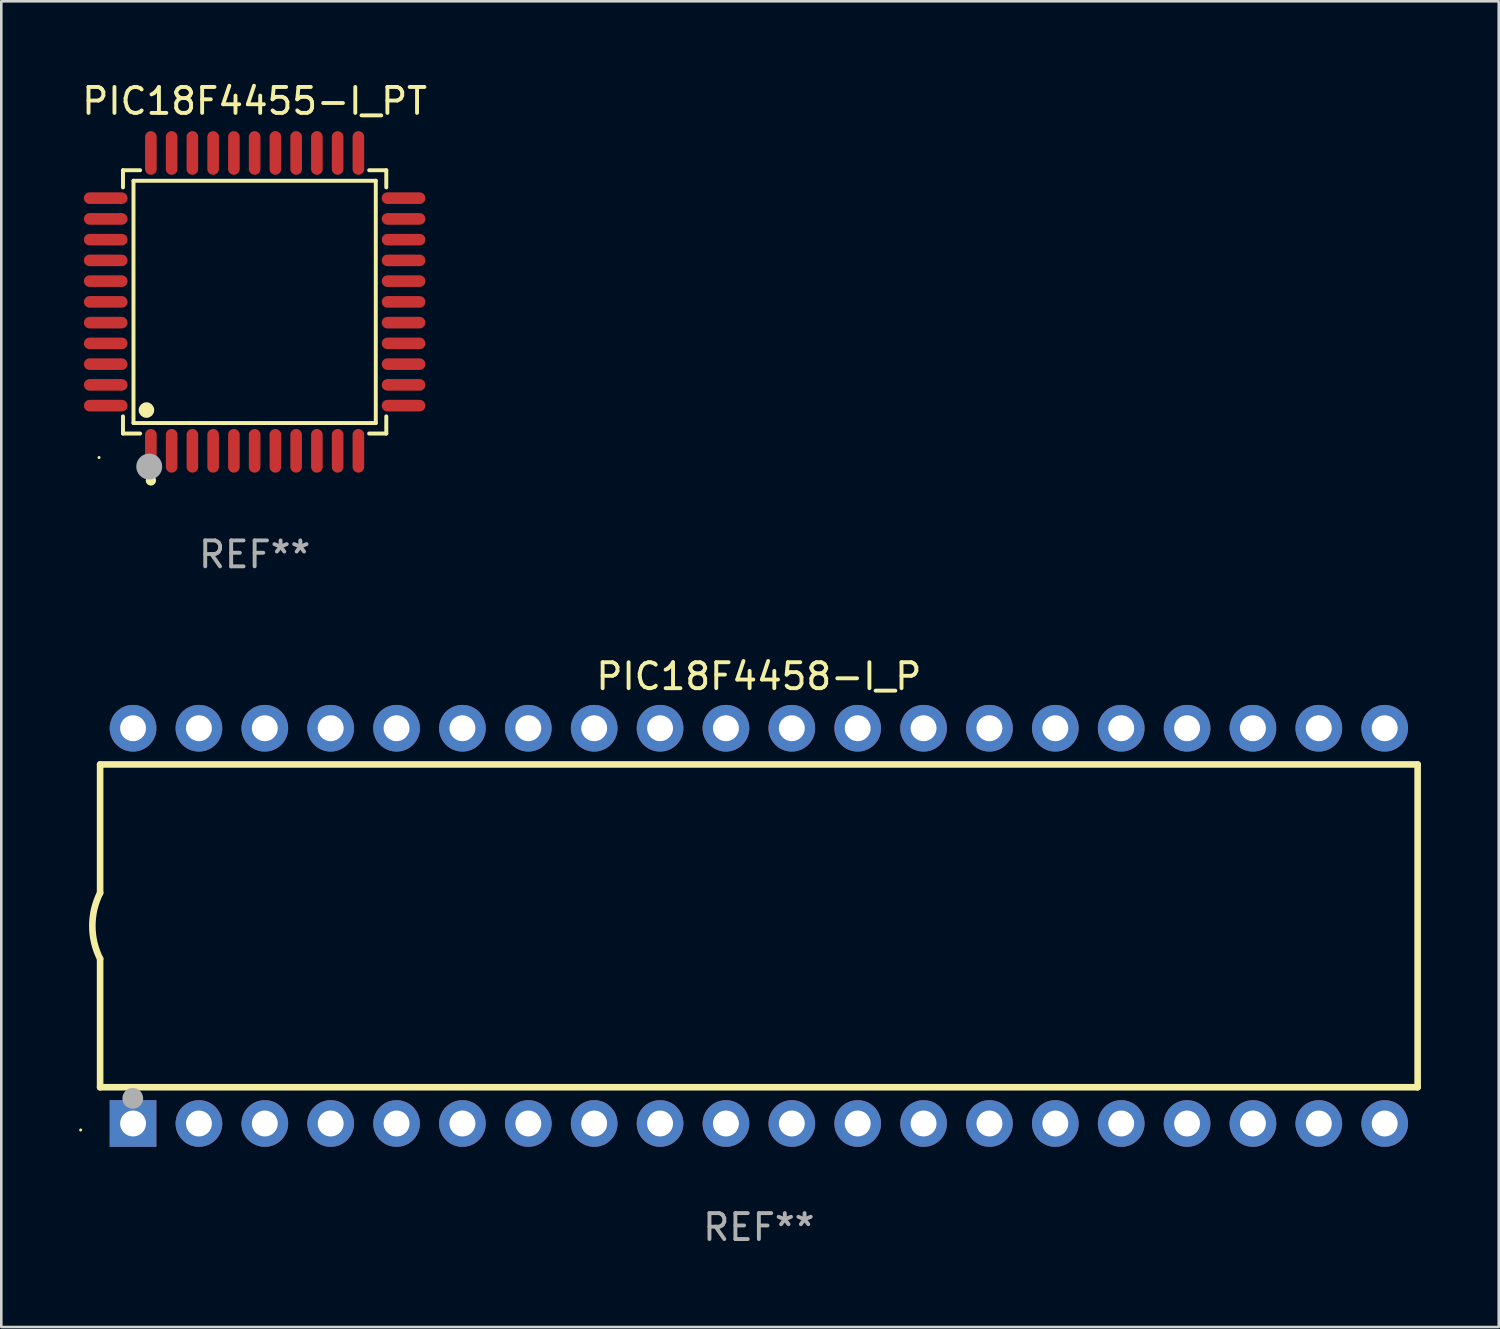
<source format=kicad_pcb>
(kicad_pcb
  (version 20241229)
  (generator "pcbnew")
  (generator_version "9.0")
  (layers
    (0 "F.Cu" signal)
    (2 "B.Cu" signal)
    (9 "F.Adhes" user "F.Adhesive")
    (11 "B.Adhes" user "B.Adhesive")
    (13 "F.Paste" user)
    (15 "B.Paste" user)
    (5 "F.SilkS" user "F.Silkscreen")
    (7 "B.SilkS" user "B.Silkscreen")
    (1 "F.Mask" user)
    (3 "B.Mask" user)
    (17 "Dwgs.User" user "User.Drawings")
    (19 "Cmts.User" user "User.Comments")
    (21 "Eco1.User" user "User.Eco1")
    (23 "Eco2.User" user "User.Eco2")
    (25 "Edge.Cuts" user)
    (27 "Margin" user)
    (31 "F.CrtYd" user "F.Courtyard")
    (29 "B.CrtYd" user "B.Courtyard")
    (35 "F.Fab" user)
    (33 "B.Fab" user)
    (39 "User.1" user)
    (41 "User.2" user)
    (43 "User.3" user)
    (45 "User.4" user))
  (footprint "PIC18F4455-I_PT"
    (layer "F.Cu")
    (at 6.768 8.59)
    (property "Reference" "PIC18F4455-I_PT" (at 0 -7.742 0) (layer "F.SilkS") (effects (font (size 1 1) (thickness 0.15))))
    (attr through_hole)
    (fp_line (start -5.076 -5.076) (end -4.415 -5.076) (stroke (width 0.152) (type solid)) (layer "F.SilkS"))
    (fp_line (start -5.076 -4.415) (end -5.076 -5.076) (stroke (width 0.152) (type solid)) (layer "F.SilkS"))
    (fp_line (start -5.076 4.415) (end -5.076 5.076) (stroke (width 0.152) (type solid)) (layer "F.SilkS"))
    (fp_line (start -5.076 5.076) (end -4.415 5.076) (stroke (width 0.152) (type solid)) (layer "F.SilkS"))
    (fp_line (start -4.671 -4.671) (end 4.671 -4.671) (stroke (width 0.152) (type solid)) (layer "F.SilkS"))
    (fp_line (start -4.671 4.671) (end -4.671 -4.671) (stroke (width 0.152) (type solid)) (layer "F.SilkS"))
    (fp_line (start 4.671 -4.671) (end 4.671 4.671) (stroke (width 0.152) (type solid)) (layer "F.SilkS"))
    (fp_line (start 4.671 4.671) (end -4.671 4.671) (stroke (width 0.152) (type solid)) (layer "F.SilkS"))
    (fp_line (start 5.076 -5.076) (end 4.415 -5.076) (stroke (width 0.152) (type solid)) (layer "F.SilkS"))
    (fp_line (start 5.076 -4.415) (end 5.076 -5.076) (stroke (width 0.152) (type solid)) (layer "F.SilkS"))
    (fp_line (start 5.076 4.415) (end 5.076 5.076) (stroke (width 0.152) (type solid)) (layer "F.SilkS"))
    (fp_line (start 5.076 5.076) (end 4.415 5.076) (stroke (width 0.152) (type solid)) (layer "F.SilkS"))
    (fp_circle (center -6 6) (end -5.97 6) (stroke (width 0.06) (type solid)) (fill no) (layer "F.SilkS"))
    (fp_circle (center -4.171 4.171) (end -4.021 4.171) (stroke (width 0.3) (type solid)) (fill no) (layer "F.SilkS"))
    (fp_circle (center -4 6.884) (end -3.9 6.884) (stroke (width 0.2) (type solid)) (fill no) (layer "F.SilkS"))
    (fp_circle (center -4.064 6.35) (end -3.814 6.35) (stroke (width 0.5) (type solid)) (fill no) (layer "F.Fab"))
    (fp_text user "REF**" (at 0 9.742 0) (layer "F.Fab") (effects (font (size 1 1) (thickness 0.15))))
    (pad "1" smd oval (at -4 5.742) (size 0.448 1.684) (layers "F.Cu" "F.Mask" "F.Paste"))
    (pad "2" smd oval (at -3.2 5.742) (size 0.448 1.684) (layers "F.Cu" "F.Mask" "F.Paste"))
    (pad "3" smd oval (at -2.4 5.742) (size 0.448 1.684) (layers "F.Cu" "F.Mask" "F.Paste"))
    (pad "4" smd oval (at -1.6 5.742) (size 0.448 1.684) (layers "F.Cu" "F.Mask" "F.Paste"))
    (pad "5" smd oval (at -0.8 5.742) (size 0.448 1.684) (layers "F.Cu" "F.Mask" "F.Paste"))
    (pad "6" smd oval (at 0 5.742) (size 0.448 1.684) (layers "F.Cu" "F.Mask" "F.Paste"))
    (pad "7" smd oval (at 0.8 5.742) (size 0.448 1.684) (layers "F.Cu" "F.Mask" "F.Paste"))
    (pad "8" smd oval (at 1.6 5.742) (size 0.448 1.684) (layers "F.Cu" "F.Mask" "F.Paste"))
    (pad "9" smd oval (at 2.4 5.742) (size 0.448 1.684) (layers "F.Cu" "F.Mask" "F.Paste"))
    (pad "10" smd oval (at 3.2 5.742) (size 0.448 1.684) (layers "F.Cu" "F.Mask" "F.Paste"))
    (pad "11" smd oval (at 4 5.742) (size 0.448 1.684) (layers "F.Cu" "F.Mask" "F.Paste"))
    (pad "12" smd oval (at 5.742 4) (size 1.684 0.448) (layers "F.Cu" "F.Mask" "F.Paste"))
    (pad "13" smd oval (at 5.742 3.2) (size 1.684 0.448) (layers "F.Cu" "F.Mask" "F.Paste"))
    (pad "14" smd oval (at 5.742 2.4) (size 1.684 0.448) (layers "F.Cu" "F.Mask" "F.Paste"))
    (pad "15" smd oval (at 5.742 1.6) (size 1.684 0.448) (layers "F.Cu" "F.Mask" "F.Paste"))
    (pad "16" smd oval (at 5.742 0.8) (size 1.684 0.448) (layers "F.Cu" "F.Mask" "F.Paste"))
    (pad "17" smd oval (at 5.742 0) (size 1.684 0.448) (layers "F.Cu" "F.Mask" "F.Paste"))
    (pad "18" smd oval (at 5.742 -0.8) (size 1.684 0.448) (layers "F.Cu" "F.Mask" "F.Paste"))
    (pad "19" smd oval (at 5.742 -1.6) (size 1.684 0.448) (layers "F.Cu" "F.Mask" "F.Paste"))
    (pad "20" smd oval (at 5.742 -2.4) (size 1.684 0.448) (layers "F.Cu" "F.Mask" "F.Paste"))
    (pad "21" smd oval (at 5.742 -3.2) (size 1.684 0.448) (layers "F.Cu" "F.Mask" "F.Paste"))
    (pad "22" smd oval (at 5.742 -4) (size 1.684 0.448) (layers "F.Cu" "F.Mask" "F.Paste"))
    (pad "23" smd oval (at 4 -5.742) (size 0.448 1.684) (layers "F.Cu" "F.Mask" "F.Paste"))
    (pad "24" smd oval (at 3.2 -5.742) (size 0.448 1.684) (layers "F.Cu" "F.Mask" "F.Paste"))
    (pad "25" smd oval (at 2.4 -5.742) (size 0.448 1.684) (layers "F.Cu" "F.Mask" "F.Paste"))
    (pad "26" smd oval (at 1.6 -5.742) (size 0.448 1.684) (layers "F.Cu" "F.Mask" "F.Paste"))
    (pad "27" smd oval (at 0.8 -5.742) (size 0.448 1.684) (layers "F.Cu" "F.Mask" "F.Paste"))
    (pad "28" smd oval (at 0 -5.742) (size 0.448 1.684) (layers "F.Cu" "F.Mask" "F.Paste"))
    (pad "29" smd oval (at -0.8 -5.742) (size 0.448 1.684) (layers "F.Cu" "F.Mask" "F.Paste"))
    (pad "30" smd oval (at -1.6 -5.742) (size 0.448 1.684) (layers "F.Cu" "F.Mask" "F.Paste"))
    (pad "31" smd oval (at -2.4 -5.742) (size 0.448 1.684) (layers "F.Cu" "F.Mask" "F.Paste"))
    (pad "32" smd oval (at -3.2 -5.742) (size 0.448 1.684) (layers "F.Cu" "F.Mask" "F.Paste"))
    (pad "33" smd oval (at -4 -5.742) (size 0.448 1.684) (layers "F.Cu" "F.Mask" "F.Paste"))
    (pad "34" smd oval (at -5.742 -4) (size 1.684 0.448) (layers "F.Cu" "F.Mask" "F.Paste"))
    (pad "35" smd oval (at -5.742 -3.2) (size 1.684 0.448) (layers "F.Cu" "F.Mask" "F.Paste"))
    (pad "36" smd oval (at -5.742 -2.4) (size 1.684 0.448) (layers "F.Cu" "F.Mask" "F.Paste"))
    (pad "37" smd oval (at -5.742 -1.6) (size 1.684 0.448) (layers "F.Cu" "F.Mask" "F.Paste"))
    (pad "38" smd oval (at -5.742 -0.8) (size 1.684 0.448) (layers "F.Cu" "F.Mask" "F.Paste"))
    (pad "39" smd oval (at -5.742 0) (size 1.684 0.448) (layers "F.Cu" "F.Mask" "F.Paste"))
    (pad "40" smd oval (at -5.742 0.8) (size 1.684 0.448) (layers "F.Cu" "F.Mask" "F.Paste"))
    (pad "41" smd oval (at -5.742 1.6) (size 1.684 0.448) (layers "F.Cu" "F.Mask" "F.Paste"))
    (pad "42" smd oval (at -5.742 2.4) (size 1.684 0.448) (layers "F.Cu" "F.Mask" "F.Paste"))
    (pad "43" smd oval (at -5.742 3.2) (size 1.684 0.448) (layers "F.Cu" "F.Mask" "F.Paste"))
    (pad "44" smd oval (at -5.742 4) (size 1.684 0.448) (layers "F.Cu" "F.Mask" "F.Paste")))
  (footprint "PIC18F4458-I_P"
    (layer "F.Cu")
    (at 26.21 32.649)
    (property "Reference" "PIC18F4458-I_P" (at 0 -9.62 0) (layer "F.SilkS") (effects (font (size 1 1) (thickness 0.15))))
    (attr through_hole)
    (fp_line (start -25.4 -6.224) (end -25.4 -1.271) (stroke (width 0.254) (type solid)) (layer "F.SilkS"))
    (fp_line (start -25.4 -6.224) (end 25.4 -6.224) (stroke (width 0.254) (type solid)) (layer "F.SilkS"))
    (fp_line (start -25.4 1.269) (end -25.4 6.222) (stroke (width 0.254) (type solid)) (layer "F.SilkS"))
    (fp_line (start -25.4 6.222) (end 25.4 6.222) (stroke (width 0.254) (type solid)) (layer "F.SilkS"))
    (fp_line (start 25.4 6.222) (end 25.4 -6.224) (stroke (width 0.254) (type solid)) (layer "F.SilkS"))
    (fp_arc (start -25.4 1.269241) (mid -25.699807 -0.000762) (end -25.4 -1.270765) (stroke (width 0.254001) (type solid)) (layer "F.SilkS"))
    (fp_circle (center -26.15 7.87) (end -26.12 7.87) (stroke (width 0.06) (type solid)) (fill no) (layer "F.SilkS"))
    (fp_circle (center -24.14 6.65) (end -23.94 6.65) (stroke (width 0.4) (type solid)) (fill no) (layer "F.Fab"))
    (fp_text user "REF**" (at 0 11.62 0) (layer "F.Fab") (effects (font (size 1 1) (thickness 0.15))))
    (pad "1" thru_hole rect (at -24.13 7.62 90) (size 1.8 1.8) (drill 1) (layers "*.Cu" "*.Mask"))
    (pad "2" thru_hole circle (at -21.59 7.62) (size 1.8 1.8) (drill 1) (layers "*.Cu" "*.Mask"))
    (pad "3" thru_hole circle (at -19.05 7.62) (size 1.8 1.8) (drill 1) (layers "*.Cu" "*.Mask"))
    (pad "4" thru_hole circle (at -16.51 7.62) (size 1.8 1.8) (drill 1) (layers "*.Cu" "*.Mask"))
    (pad "5" thru_hole circle (at -13.97 7.62) (size 1.8 1.8) (drill 1) (layers "*.Cu" "*.Mask"))
    (pad "6" thru_hole circle (at -11.43 7.62) (size 1.8 1.8) (drill 1) (layers "*.Cu" "*.Mask"))
    (pad "7" thru_hole circle (at -8.89 7.62) (size 1.8 1.8) (drill 1) (layers "*.Cu" "*.Mask"))
    (pad "8" thru_hole circle (at -6.35 7.62) (size 1.8 1.8) (drill 1) (layers "*.Cu" "*.Mask"))
    (pad "9" thru_hole circle (at -3.81 7.62) (size 1.8 1.8) (drill 1) (layers "*.Cu" "*.Mask"))
    (pad "10" thru_hole circle (at -1.27 7.62) (size 1.8 1.8) (drill 1) (layers "*.Cu" "*.Mask"))
    (pad "11" thru_hole circle (at 1.27 7.62) (size 1.8 1.8) (drill 1) (layers "*.Cu" "*.Mask"))
    (pad "12" thru_hole circle (at 3.81 7.62) (size 1.8 1.8) (drill 1) (layers "*.Cu" "*.Mask"))
    (pad "13" thru_hole circle (at 6.35 7.62) (size 1.8 1.8) (drill 1) (layers "*.Cu" "*.Mask"))
    (pad "14" thru_hole circle (at 8.89 7.62) (size 1.8 1.8) (drill 1) (layers "*.Cu" "*.Mask"))
    (pad "15" thru_hole circle (at 11.43 7.62) (size 1.8 1.8) (drill 1) (layers "*.Cu" "*.Mask"))
    (pad "16" thru_hole circle (at 13.97 7.62) (size 1.8 1.8) (drill 1) (layers "*.Cu" "*.Mask"))
    (pad "17" thru_hole circle (at 16.51 7.62) (size 1.8 1.8) (drill 1) (layers "*.Cu" "*.Mask"))
    (pad "18" thru_hole circle (at 19.05 7.62) (size 1.8 1.8) (drill 1) (layers "*.Cu" "*.Mask"))
    (pad "19" thru_hole circle (at 21.59 7.62) (size 1.8 1.8) (drill 1) (layers "*.Cu" "*.Mask"))
    (pad "20" thru_hole circle (at 24.13 7.62) (size 1.8 1.8) (drill 1) (layers "*.Cu" "*.Mask"))
    (pad "21" thru_hole circle (at 24.13 -7.62) (size 1.8 1.8) (drill 1) (layers "*.Cu" "*.Mask"))
    (pad "22" thru_hole circle (at 21.59 -7.62) (size 1.8 1.8) (drill 1) (layers "*.Cu" "*.Mask"))
    (pad "23" thru_hole circle (at 19.05 -7.62) (size 1.8 1.8) (drill 1) (layers "*.Cu" "*.Mask"))
    (pad "24" thru_hole circle (at 16.51 -7.62) (size 1.8 1.8) (drill 1) (layers "*.Cu" "*.Mask"))
    (pad "25" thru_hole circle (at 13.97 -7.62) (size 1.8 1.8) (drill 1) (layers "*.Cu" "*.Mask"))
    (pad "26" thru_hole circle (at 11.43 -7.62) (size 1.8 1.8) (drill 1) (layers "*.Cu" "*.Mask"))
    (pad "27" thru_hole circle (at 8.89 -7.62) (size 1.8 1.8) (drill 1) (layers "*.Cu" "*.Mask"))
    (pad "28" thru_hole circle (at 6.35 -7.62) (size 1.8 1.8) (drill 1) (layers "*.Cu" "*.Mask"))
    (pad "29" thru_hole circle (at 3.81 -7.62) (size 1.8 1.8) (drill 1) (layers "*.Cu" "*.Mask"))
    (pad "30" thru_hole circle (at 1.27 -7.62) (size 1.8 1.8) (drill 1) (layers "*.Cu" "*.Mask"))
    (pad "31" thru_hole circle (at -1.27 -7.62) (size 1.8 1.8) (drill 1) (layers "*.Cu" "*.Mask"))
    (pad "32" thru_hole circle (at -3.81 -7.62) (size 1.8 1.8) (drill 1) (layers "*.Cu" "*.Mask"))
    (pad "33" thru_hole circle (at -6.35 -7.62) (size 1.8 1.8) (drill 1) (layers "*.Cu" "*.Mask"))
    (pad "34" thru_hole circle (at -8.89 -7.62) (size 1.8 1.8) (drill 1) (layers "*.Cu" "*.Mask"))
    (pad "35" thru_hole circle (at -11.43 -7.62) (size 1.8 1.8) (drill 1) (layers "*.Cu" "*.Mask"))
    (pad "36" thru_hole circle (at -13.97 -7.62) (size 1.8 1.8) (drill 1) (layers "*.Cu" "*.Mask"))
    (pad "37" thru_hole circle (at -16.51 -7.62) (size 1.8 1.8) (drill 1) (layers "*.Cu" "*.Mask"))
    (pad "38" thru_hole circle (at -19.05 -7.62) (size 1.8 1.8) (drill 1) (layers "*.Cu" "*.Mask"))
    (pad "39" thru_hole circle (at -21.59 -7.62) (size 1.8 1.8) (drill 1) (layers "*.Cu" "*.Mask"))
    (pad "40" thru_hole circle (at -24.13 -7.62) (size 1.8 1.8) (drill 1) (layers "*.Cu" "*.Mask")))
  (gr_rect
    (start -3 -3)
    (end 54.737 48.117)
    (stroke (width 0.1) (type default))
    (fill no)
    (layer "Edge.Cuts")))
</source>
